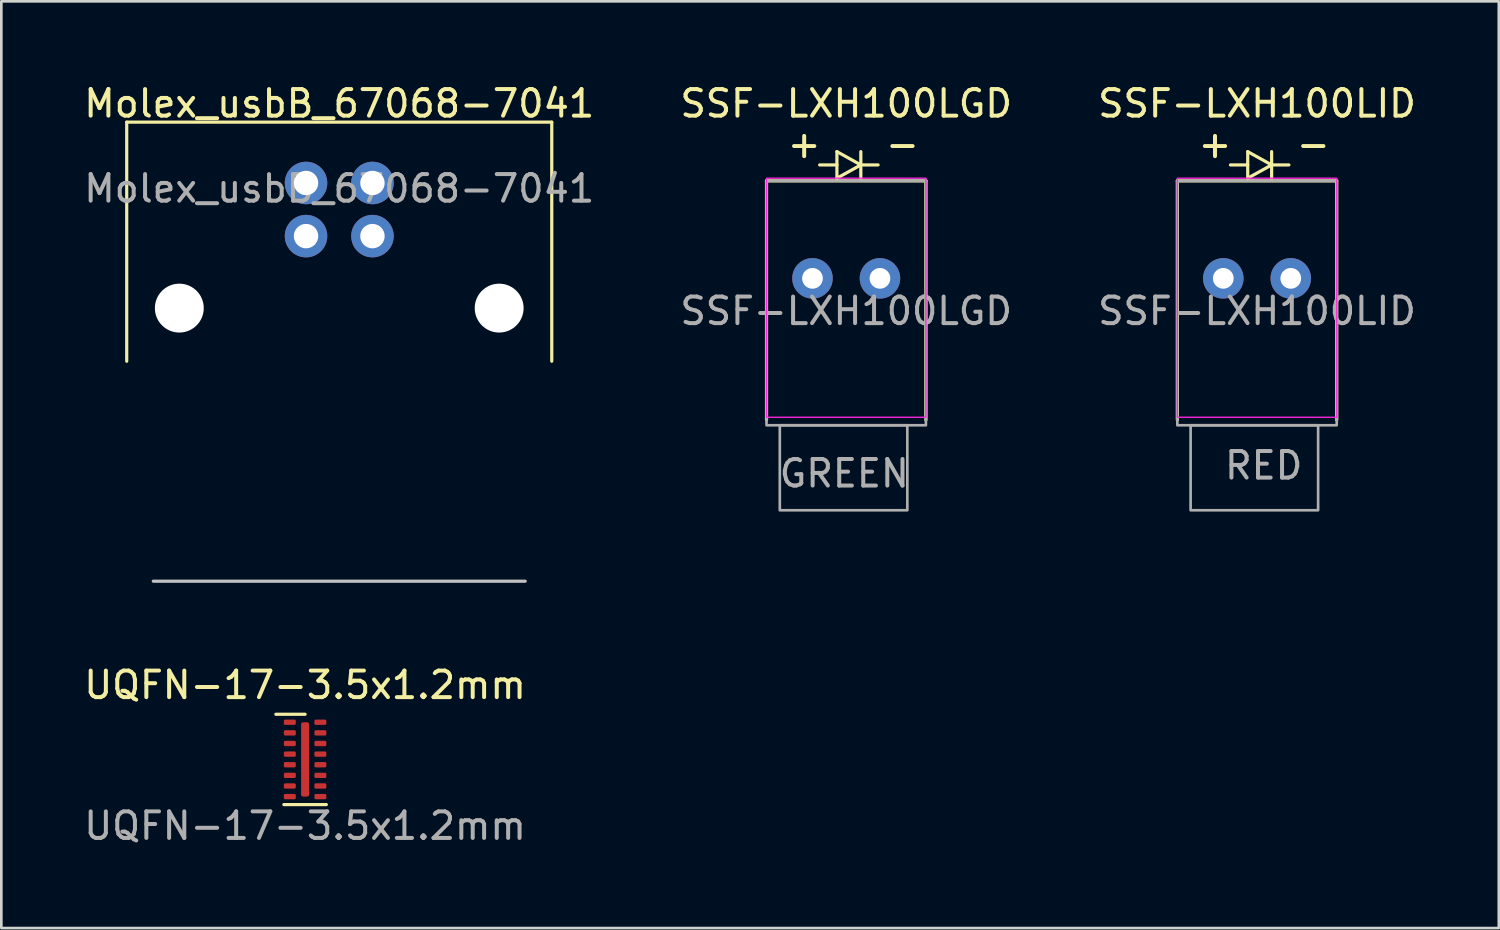
<source format=kicad_pcb>
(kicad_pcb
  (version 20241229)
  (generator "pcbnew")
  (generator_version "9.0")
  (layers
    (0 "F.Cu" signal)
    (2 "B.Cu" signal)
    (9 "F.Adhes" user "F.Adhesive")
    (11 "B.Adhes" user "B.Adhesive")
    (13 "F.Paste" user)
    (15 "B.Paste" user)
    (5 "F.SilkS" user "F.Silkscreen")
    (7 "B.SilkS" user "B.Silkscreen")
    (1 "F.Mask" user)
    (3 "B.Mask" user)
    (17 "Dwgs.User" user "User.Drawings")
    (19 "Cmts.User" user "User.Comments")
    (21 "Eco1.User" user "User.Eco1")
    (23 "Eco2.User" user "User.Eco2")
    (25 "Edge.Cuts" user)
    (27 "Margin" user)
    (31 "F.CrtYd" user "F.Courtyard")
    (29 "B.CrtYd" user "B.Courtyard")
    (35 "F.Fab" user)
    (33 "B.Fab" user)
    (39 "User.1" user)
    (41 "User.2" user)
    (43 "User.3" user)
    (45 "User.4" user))
  (footprint "Molex_usbB_67068-7041"
    (layer "F.Cu")
    (at 9.72 4.588)
    (property "Reference" "Molex_usbB_67068-7041" (at 0 -3.74 0) (unlocked yes) (layer "F.SilkS") (effects (font (size 1 1) (thickness 0.15))))
    (attr through_hole)
    (fp_line (start -8 -3.04) (end -8 5.96) (stroke (width 0.12) (type default)) (layer "F.SilkS"))
    (fp_line (start -8 -3.04) (end 8 -3.04) (stroke (width 0.12) (type default)) (layer "F.SilkS"))
    (fp_line (start 8 -3.04) (end 8 5.96) (stroke (width 0.12) (type default)) (layer "F.SilkS"))
    (fp_line (start -7 14.24) (end 7 14.24) (stroke (width 0.12) (type default)) (layer "Dwgs.User"))
    (fp_text user "${REFERENCE}" (at 0 -0.54 0) (unlocked yes) (layer "F.Fab") (effects (font (size 1 1) (thickness 0.15))))
    (pad "" np_thru_hole circle (at -6.02 3.96) (size 1.84 1.84) (drill 2.3) (layers "*.Cu" "*.Mask"))
    (pad "" np_thru_hole circle (at 6.02 3.96) (size 1.84 1.84) (drill 2.3) (layers "*.Cu" "*.Mask"))
    (pad "1" thru_hole circle (at 1.25 -0.75) (size 1.6 1.6) (drill 0.92) (layers "*.Cu" "*.Mask"))
    (pad "2" thru_hole circle (at -1.25 -0.75) (size 1.6 1.6) (drill 0.92) (layers "*.Cu" "*.Mask"))
    (pad "3" thru_hole circle (at -1.25 1.25) (size 1.6 1.6) (drill 0.92) (layers "*.Cu" "*.Mask"))
    (pad "4" thru_hole circle (at 1.25 1.25) (size 1.6 1.6) (drill 0.92) (layers "*.Cu" "*.Mask")))
  (footprint "SSF-LXH100LID"
    (layer "F.Cu")
    (at 44.268 6.158)
    (property "Reference" "SSF-LXH100LID" (at 0 -5.31 0) (unlocked yes) (layer "F.SilkS") (effects (font (size 1 1) (thickness 0.15))))
    (attr through_hole)
    (fp_line (start -3 -2.4) (end 3 -2.4) (stroke (width 0.12) (type default)) (layer "F.SilkS"))
    (fp_line (start -3 6.6) (end -3 -2.4) (stroke (width 0.12) (type default)) (layer "F.SilkS"))
    (fp_line (start -0.35 -3.5) (end -0.35 -2.5) (stroke (width 0.12) (type default)) (layer "F.SilkS"))
    (fp_line (start -0.35 -3) (end -1 -3) (stroke (width 0.12) (type default)) (layer "F.SilkS"))
    (fp_line (start -0.35 -2.5) (end 0.55 -3) (stroke (width 0.12) (type default)) (layer "F.SilkS"))
    (fp_line (start 0.55 -3) (end -0.35 -3.5) (stroke (width 0.12) (type default)) (layer "F.SilkS"))
    (fp_line (start 0.55 -3) (end 0.55 -3.5) (stroke (width 0.12) (type default)) (layer "F.SilkS"))
    (fp_line (start 0.55 -3) (end 0.55 -2.5) (stroke (width 0.12) (type default)) (layer "F.SilkS"))
    (fp_line (start 0.55 -3) (end 1.2 -3) (stroke (width 0.12) (type default)) (layer "F.SilkS"))
    (fp_line (start 3 -2.4) (end 3 6.6) (stroke (width 0.12) (type default)) (layer "F.SilkS"))
    (fp_rect (start -3 -2.5) (end 3 6.5) (stroke (width 0.05) (type default)) (fill no) (layer "F.CrtYd"))
    (fp_rect (start -3 -2.4) (end 3 6.8) (stroke (width 0.1) (type default)) (fill no) (layer "F.Fab"))
    (fp_rect (start -2.5 6.8) (end 2.3 10) (stroke (width 0.1) (type default)) (fill no) (layer "F.Fab"))
    (fp_text user "+" (at -2.3 -3.2 0) (unlocked yes) (layer "F.SilkS") (effects (font (size 1 1) (thickness 0.15)) (justify left bottom)))
    (fp_text user "-" (at 1.4 -3.2 0) (unlocked yes) (layer "F.SilkS") (effects (font (size 1 1) (thickness 0.15)) (justify left bottom)))
    (fp_text user "${REFERENCE}" (at 0 2.5 0) (unlocked yes) (layer "F.Fab") (effects (font (size 1 1) (thickness 0.15))))
    (fp_text user "RED" (at -1.3 8.9 0) (unlocked yes) (layer "F.Fab") (effects (font (size 1 1) (thickness 0.15)) (justify left bottom)))
    (pad "1" thru_hole circle (at 1.27 1.27) (size 1.524 1.524) (drill 0.78) (layers "*.Cu" "*.Mask"))
    (pad "2" thru_hole circle (at -1.27 1.27) (size 1.524 1.524) (drill 0.78) (layers "*.Cu" "*.Mask")))
  (footprint "SSF-LXH100LGD"
    (layer "F.Cu")
    (at 28.804 6.158)
    (property "Reference" "SSF-LXH100LGD" (at 0 -5.31 0) (unlocked yes) (layer "F.SilkS") (effects (font (size 1 1) (thickness 0.15))))
    (attr through_hole)
    (fp_line (start -3 -2.4) (end 3 -2.4) (stroke (width 0.12) (type default)) (layer "F.SilkS"))
    (fp_line (start -3 6.6) (end -3 -2.4) (stroke (width 0.12) (type default)) (layer "F.SilkS"))
    (fp_line (start -0.35 -3.5) (end -0.35 -2.5) (stroke (width 0.12) (type default)) (layer "F.SilkS"))
    (fp_line (start -0.35 -3) (end -1 -3) (stroke (width 0.12) (type default)) (layer "F.SilkS"))
    (fp_line (start -0.35 -2.5) (end 0.55 -3) (stroke (width 0.12) (type default)) (layer "F.SilkS"))
    (fp_line (start 0.55 -3) (end -0.35 -3.5) (stroke (width 0.12) (type default)) (layer "F.SilkS"))
    (fp_line (start 0.55 -3) (end 0.55 -3.5) (stroke (width 0.12) (type default)) (layer "F.SilkS"))
    (fp_line (start 0.55 -3) (end 0.55 -2.5) (stroke (width 0.12) (type default)) (layer "F.SilkS"))
    (fp_line (start 0.55 -3) (end 1.2 -3) (stroke (width 0.12) (type default)) (layer "F.SilkS"))
    (fp_line (start 3 -2.4) (end 3 6.6) (stroke (width 0.12) (type default)) (layer "F.SilkS"))
    (fp_rect (start -3 -2.5) (end 3 6.5) (stroke (width 0.05) (type default)) (fill no) (layer "F.CrtYd"))
    (fp_rect (start -3 -2.4) (end 3 6.8) (stroke (width 0.1) (type default)) (fill no) (layer "F.Fab"))
    (fp_rect (start -2.5 6.8) (end 2.3 10) (stroke (width 0.1) (type default)) (fill no) (layer "F.Fab"))
    (fp_text user "+" (at -2.3 -3.2 0) (unlocked yes) (layer "F.SilkS") (effects (font (size 1 1) (thickness 0.15)) (justify left bottom)))
    (fp_text user "-" (at 1.4 -3.2 0) (unlocked yes) (layer "F.SilkS") (effects (font (size 1 1) (thickness 0.15)) (justify left bottom)))
    (fp_text user "${REFERENCE}" (at 0 2.5 0) (unlocked yes) (layer "F.Fab") (effects (font (size 1 1) (thickness 0.15))))
    (fp_text user "GREEN" (at -2.6 9.2 0) (unlocked yes) (layer "F.Fab") (effects (font (size 1 1) (thickness 0.15)) (justify left bottom)))
    (pad "1" thru_hole circle (at 1.27 1.27) (size 1.524 1.524) (drill 0.78) (layers "*.Cu" "*.Mask"))
    (pad "2" thru_hole circle (at -1.27 1.27) (size 1.524 1.524) (drill 0.78) (layers "*.Cu" "*.Mask")))
  (footprint "UQFN-17-3.5x1.2mm"
    (layer "F.Cu")
    (at 8.435 25.537)
    (property "Reference" "UQFN-17-3.5x1.2mm" (at 0 -2.8 0) (unlocked yes) (layer "F.SilkS") (effects (font (size 1 1) (thickness 0.15))))
    (attr smd)
    (fp_line (start -0.8 1.7) (end 0.8 1.7) (stroke (width 0.12) (type default)) (layer "F.SilkS"))
    (fp_line (start 0 -1.7) (end -1.1 -1.7) (stroke (width 0.12) (type default)) (layer "F.SilkS"))
    (fp_text user "${REFERENCE}" (at 0 2.5 0) (unlocked yes) (layer "F.Fab") (effects (font (size 1 1) (thickness 0.15))))
    (pad "1" smd roundrect (at -0.575 -1.4) (size 0.45 0.2) (layers "F.Cu" "F.Mask" "F.Paste") (roundrect_rratio 0.25))
    (pad "2" smd roundrect (at -0.575 -1) (size 0.45 0.2) (layers "F.Cu" "F.Mask" "F.Paste") (roundrect_rratio 0.25))
    (pad "3" smd roundrect (at -0.575 -0.6) (size 0.45 0.2) (layers "F.Cu" "F.Mask" "F.Paste") (roundrect_rratio 0.25))
    (pad "4" smd roundrect (at -0.575 -0.2) (size 0.45 0.2) (layers "F.Cu" "F.Mask" "F.Paste") (roundrect_rratio 0.25))
    (pad "5" smd roundrect (at -0.575 0.2) (size 0.45 0.2) (layers "F.Cu" "F.Mask" "F.Paste") (roundrect_rratio 0.25))
    (pad "6" smd roundrect (at -0.575 0.6) (size 0.45 0.2) (layers "F.Cu" "F.Mask" "F.Paste") (roundrect_rratio 0.25))
    (pad "7" smd roundrect (at -0.575 1) (size 0.45 0.2) (layers "F.Cu" "F.Mask" "F.Paste") (roundrect_rratio 0.25))
    (pad "8" smd roundrect (at -0.575 1.4) (size 0.45 0.2) (layers "F.Cu" "F.Mask" "F.Paste") (roundrect_rratio 0.25))
    (pad "9" smd roundrect (at 0.575 1.4) (size 0.45 0.2) (layers "F.Cu" "F.Mask" "F.Paste") (roundrect_rratio 0.25))
    (pad "10" smd roundrect (at 0.575 1) (size 0.45 0.2) (layers "F.Cu" "F.Mask" "F.Paste") (roundrect_rratio 0.25))
    (pad "11" smd roundrect (at 0.575 0.6) (size 0.45 0.2) (layers "F.Cu" "F.Mask" "F.Paste") (roundrect_rratio 0.25))
    (pad "12" smd roundrect (at 0.575 0.2) (size 0.45 0.2) (layers "F.Cu" "F.Mask" "F.Paste") (roundrect_rratio 0.25))
    (pad "13" smd roundrect (at 0.575 -0.2) (size 0.45 0.2) (layers "F.Cu" "F.Mask" "F.Paste") (roundrect_rratio 0.25))
    (pad "14" smd roundrect (at 0.575 -0.6) (size 0.45 0.2) (layers "F.Cu" "F.Mask" "F.Paste") (roundrect_rratio 0.25))
    (pad "15" smd roundrect (at 0.575 -1) (size 0.45 0.2) (layers "F.Cu" "F.Mask" "F.Paste") (roundrect_rratio 0.25))
    (pad "16" smd roundrect (at 0.575 -1.4) (size 0.45 0.2) (layers "F.Cu" "F.Mask" "F.Paste") (roundrect_rratio 0.25))
    (pad "17" smd roundrect (at 0 0) (size 0.3 2.8) (layers "F.Cu" "F.Mask" "F.Paste") (roundrect_rratio 0.25)))
  (gr_rect
    (start -3 -3)
    (end 53.369 31.885)
    (stroke (width 0.1) (type default))
    (fill no)
    (layer "Edge.Cuts")))
</source>
